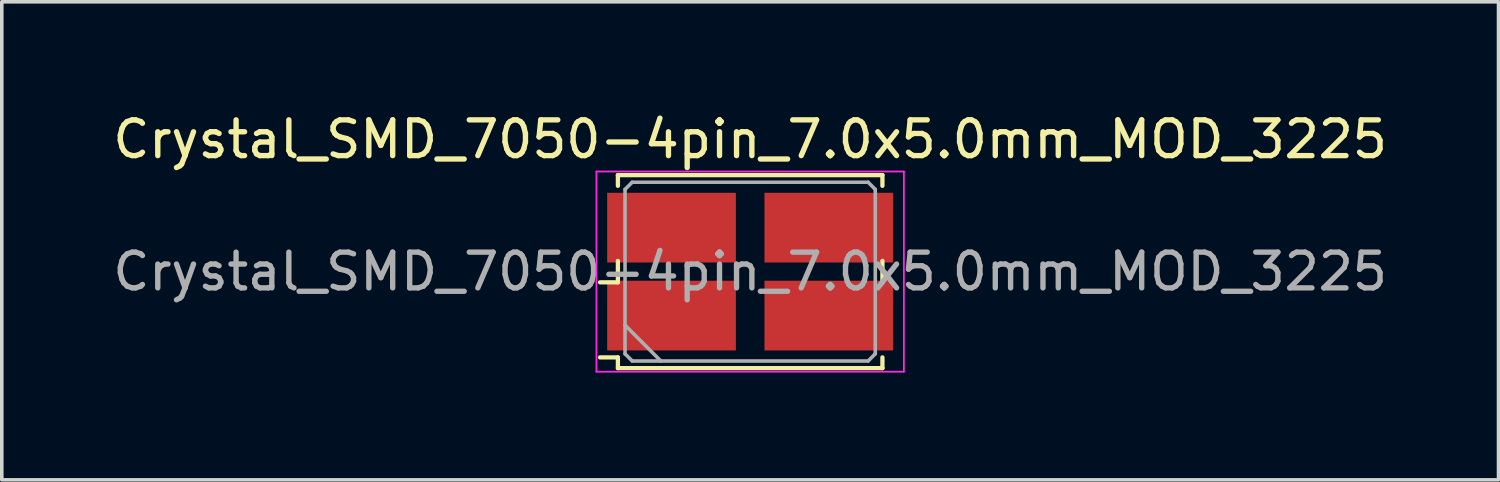
<source format=kicad_pcb>
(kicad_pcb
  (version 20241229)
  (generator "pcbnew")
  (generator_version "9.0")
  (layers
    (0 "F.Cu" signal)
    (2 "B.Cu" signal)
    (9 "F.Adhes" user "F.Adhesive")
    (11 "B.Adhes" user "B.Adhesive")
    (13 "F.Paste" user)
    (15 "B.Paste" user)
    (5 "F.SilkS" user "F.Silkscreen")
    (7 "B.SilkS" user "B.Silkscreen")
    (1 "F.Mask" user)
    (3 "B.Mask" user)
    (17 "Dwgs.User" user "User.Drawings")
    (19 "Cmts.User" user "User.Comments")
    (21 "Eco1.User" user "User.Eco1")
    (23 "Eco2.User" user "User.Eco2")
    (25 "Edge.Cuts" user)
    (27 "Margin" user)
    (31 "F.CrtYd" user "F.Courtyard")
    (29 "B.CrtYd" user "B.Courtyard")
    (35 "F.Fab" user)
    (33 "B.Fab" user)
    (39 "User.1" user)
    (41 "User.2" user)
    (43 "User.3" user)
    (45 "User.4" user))
  (footprint "Crystal_SMD_7050-4pin_7.0x5.0mm_MOD_3225"
    (layer "F.Cu")
    (at 17.935 4.548)
    (property "Reference" "Crystal_SMD_7050-4pin_7.0x5.0mm_MOD_3225" (at 0 -3.7 0) (layer "F.SilkS") (effects (font (size 1 1) (thickness 0.15))))
    (attr smd)
    (fp_line (start -4.2 0.3) (end -3.7 0.3) (stroke (width 0.12) (type solid)) (layer "F.SilkS"))
    (fp_line (start -4.2 2.4) (end -3.7 2.4) (stroke (width 0.12) (type solid)) (layer "F.SilkS"))
    (fp_line (start -3.7 -2.7) (end 3.7 -2.7) (stroke (width 0.12) (type solid)) (layer "F.SilkS"))
    (fp_line (start -3.7 -2.4) (end -3.7 -2.7) (stroke (width 0.12) (type solid)) (layer "F.SilkS"))
    (fp_line (start -3.7 0.3) (end -3.7 -0.3) (stroke (width 0.12) (type solid)) (layer "F.SilkS"))
    (fp_line (start -3.7 2.4) (end -3.7 2.7) (stroke (width 0.12) (type solid)) (layer "F.SilkS"))
    (fp_line (start -3.7 2.7) (end 3.7 2.7) (stroke (width 0.12) (type solid)) (layer "F.SilkS"))
    (fp_line (start 3.7 -2.7) (end 3.7 -2.4) (stroke (width 0.12) (type solid)) (layer "F.SilkS"))
    (fp_line (start 3.7 -0.3) (end 3.7 0.3) (stroke (width 0.12) (type solid)) (layer "F.SilkS"))
    (fp_line (start 3.7 2.7) (end 3.7 2.4) (stroke (width 0.12) (type solid)) (layer "F.SilkS"))
    (fp_line (start -4.3 -2.8) (end -4.3 2.8) (stroke (width 0.05) (type solid)) (layer "F.CrtYd"))
    (fp_line (start -4.3 2.8) (end 4.3 2.8) (stroke (width 0.05) (type solid)) (layer "F.CrtYd"))
    (fp_line (start 4.3 -2.8) (end -4.3 -2.8) (stroke (width 0.05) (type solid)) (layer "F.CrtYd"))
    (fp_line (start 4.3 2.8) (end 4.3 -2.8) (stroke (width 0.05) (type solid)) (layer "F.CrtYd"))
    (fp_line (start -3.5 -2.3) (end -3.3 -2.5) (stroke (width 0.1) (type solid)) (layer "F.Fab"))
    (fp_line (start -3.5 1.5) (end -2.5 2.5) (stroke (width 0.1) (type solid)) (layer "F.Fab"))
    (fp_line (start -3.5 2.3) (end -3.5 -2.3) (stroke (width 0.1) (type solid)) (layer "F.Fab"))
    (fp_line (start -3.3 -2.5) (end 3.3 -2.5) (stroke (width 0.1) (type solid)) (layer "F.Fab"))
    (fp_line (start -3.3 2.5) (end -3.5 2.3) (stroke (width 0.1) (type solid)) (layer "F.Fab"))
    (fp_line (start 3.3 -2.5) (end 3.5 -2.3) (stroke (width 0.1) (type solid)) (layer "F.Fab"))
    (fp_line (start 3.3 2.5) (end -3.3 2.5) (stroke (width 0.1) (type solid)) (layer "F.Fab"))
    (fp_line (start 3.5 -2.3) (end 3.5 2.3) (stroke (width 0.1) (type solid)) (layer "F.Fab"))
    (fp_line (start 3.5 2.3) (end 3.3 2.5) (stroke (width 0.1) (type solid)) (layer "F.Fab"))
    (fp_text user "${REFERENCE}" (at 0 0 0) (layer "F.Fab") (effects (font (size 1 1) (thickness 0.15))))
    (pad "1" smd rect (at -2.2 1.23) (size 3.6 1.95) (layers "F.Cu" "F.Mask" "F.Paste"))
    (pad "2" smd rect (at 2.2 1.23) (size 3.6 1.95) (layers "F.Cu" "F.Mask" "F.Paste"))
    (pad "3" smd rect (at 2.2 -1.23) (size 3.6 1.95) (layers "F.Cu" "F.Mask" "F.Paste"))
    (pad "4" smd rect (at -2.2 -1.23) (size 3.6 1.95) (layers "F.Cu" "F.Mask" "F.Paste")))
  (gr_rect
    (start -3 -3)
    (end 38.869 10.373)
    (stroke (width 0.1) (type default))
    (fill no)
    (layer "Edge.Cuts")))
</source>
